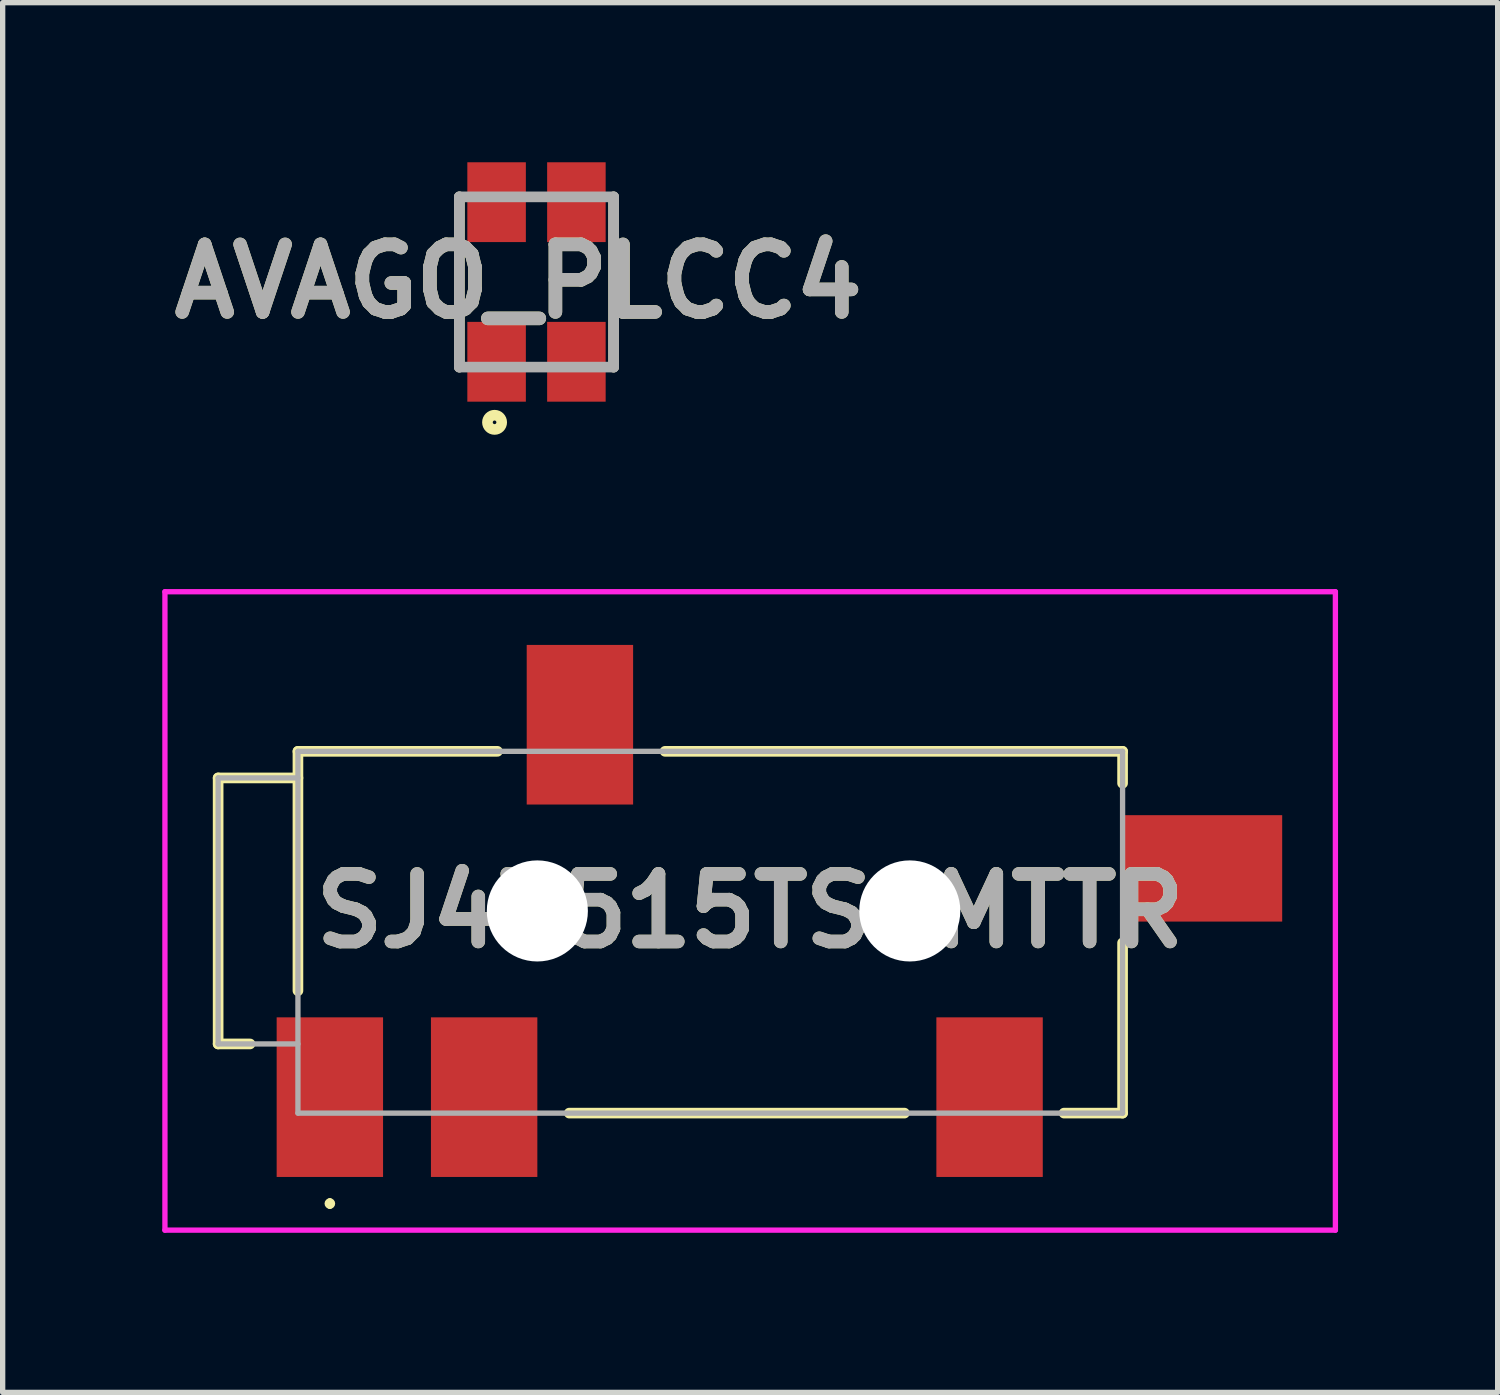
<source format=kicad_pcb>
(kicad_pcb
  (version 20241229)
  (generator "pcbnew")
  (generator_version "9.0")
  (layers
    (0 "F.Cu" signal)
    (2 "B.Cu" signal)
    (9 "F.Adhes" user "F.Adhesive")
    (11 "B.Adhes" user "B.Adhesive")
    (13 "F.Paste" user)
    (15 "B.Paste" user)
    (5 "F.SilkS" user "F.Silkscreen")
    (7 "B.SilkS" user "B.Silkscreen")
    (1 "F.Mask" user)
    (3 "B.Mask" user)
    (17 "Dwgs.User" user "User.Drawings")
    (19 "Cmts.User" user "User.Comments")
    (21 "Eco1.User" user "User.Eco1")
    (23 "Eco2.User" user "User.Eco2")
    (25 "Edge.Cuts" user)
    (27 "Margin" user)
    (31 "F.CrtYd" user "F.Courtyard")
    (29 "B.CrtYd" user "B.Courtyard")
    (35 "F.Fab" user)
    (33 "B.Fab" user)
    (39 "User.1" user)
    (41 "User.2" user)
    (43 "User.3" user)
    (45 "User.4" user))
  (footprint "SJ43515TSSMTTR"
    (layer "F.Cu")
    (at 11.05 14.072)
    (property "Reference" "SJ43515TSSMTTR" (at 0 0 0) (layer "F.SilkS") (effects (font (size 1.27 1.27) (thickness 0.254))))
    (attr through_hole)
    (fp_line (start -10 -2.5) (end -8.5 -2.5) (stroke (width 0.2) (type solid)) (layer "F.SilkS"))
    (fp_line (start -10 2.5) (end -10 -2.5) (stroke (width 0.2) (type solid)) (layer "F.SilkS"))
    (fp_line (start -9.4 2.5) (end -10 2.5) (stroke (width 0.2) (type solid)) (layer "F.SilkS"))
    (fp_line (start -8.5 -3) (end -4.75 -3) (stroke (width 0.2) (type solid)) (layer "F.SilkS"))
    (fp_line (start -8.5 1.5) (end -8.5 -3) (stroke (width 0.2) (type solid)) (layer "F.SilkS"))
    (fp_line (start -7.9 5.45) (end -7.9 5.45) (stroke (width 0.1) (type solid)) (layer "F.SilkS"))
    (fp_line (start -7.9 5.55) (end -7.9 5.55) (stroke (width 0.1) (type solid)) (layer "F.SilkS"))
    (fp_line (start -3.4 3.8) (end 2.9 3.8) (stroke (width 0.2) (type solid)) (layer "F.SilkS"))
    (fp_line (start -1.6 -3) (end 7 -3) (stroke (width 0.2) (type solid)) (layer "F.SilkS"))
    (fp_line (start 7 -3) (end 7 -2.4) (stroke (width 0.2) (type solid)) (layer "F.SilkS"))
    (fp_line (start 7 0.6) (end 7 3.8) (stroke (width 0.2) (type solid)) (layer "F.SilkS"))
    (fp_line (start 7 3.8) (end 5.9 3.8) (stroke (width 0.2) (type solid)) (layer "F.SilkS"))
    (fp_arc (start -7.9 5.45) (mid -7.85 5.5) (end -7.9 5.55) (stroke (width 0.1) (type solid)) (layer "F.SilkS"))
    (fp_arc (start -7.9 5.55) (mid -7.95 5.5) (end -7.9 5.45) (stroke (width 0.1) (type solid)) (layer "F.SilkS"))
    (fp_line (start -11 -6) (end 11 -6) (stroke (width 0.1) (type solid)) (layer "F.CrtYd"))
    (fp_line (start -11 6) (end -11 -6) (stroke (width 0.1) (type solid)) (layer "F.CrtYd"))
    (fp_line (start 11 -6) (end 11 6) (stroke (width 0.1) (type solid)) (layer "F.CrtYd"))
    (fp_line (start 11 6) (end -11 6) (stroke (width 0.1) (type solid)) (layer "F.CrtYd"))
    (fp_line (start -10 -2.5) (end -8.5 -2.5) (stroke (width 0.1) (type solid)) (layer "F.Fab"))
    (fp_line (start -10 2.5) (end -10 -2.5) (stroke (width 0.1) (type solid)) (layer "F.Fab"))
    (fp_line (start -8.5 -3) (end 7 -3) (stroke (width 0.1) (type solid)) (layer "F.Fab"))
    (fp_line (start -8.5 2.5) (end -10 2.5) (stroke (width 0.1) (type solid)) (layer "F.Fab"))
    (fp_line (start -8.5 3.8) (end -8.5 -3) (stroke (width 0.1) (type solid)) (layer "F.Fab"))
    (fp_line (start 7 -3) (end 7 3.8) (stroke (width 0.1) (type solid)) (layer "F.Fab"))
    (fp_line (start 7 3.8) (end -8.5 3.8) (stroke (width 0.1) (type solid)) (layer "F.Fab"))
    (fp_text user "${REFERENCE}" (at 0 0 0) (layer "F.Fab") (effects (font (size 1.27 1.27) (thickness 0.254))))
    (pad "" np_thru_hole circle (at -4 0) (size 1.9 1.9) (drill 1.9) (layers "*.Cu" "*.Mask"))
    (pad "" np_thru_hole circle (at 3 0) (size 1.9 1.9) (drill 1.9) (layers "*.Cu" "*.Mask"))
    (pad "1" smd rect (at -7.9 3.5) (size 2 3) (layers "F.Cu" "F.Mask" "F.Paste"))
    (pad "2" smd rect (at 4.5 3.5) (size 2 3) (layers "F.Cu" "F.Mask" "F.Paste"))
    (pad "3" smd rect (at -3.2 -3.5) (size 2 3) (layers "F.Cu" "F.Mask" "F.Paste"))
    (pad "4" smd rect (at -5 3.5) (size 2 3) (layers "F.Cu" "F.Mask" "F.Paste"))
    (pad "5" smd rect (at 8.5 -0.8 90) (size 2 3) (layers "F.Cu" "F.Mask" "F.Paste")))
  (footprint "AVAGO_PLCC4"
    (layer "F.Cu")
    (at 7.034 2.25)
    (property "Reference" "AVAGO_PLCC4" (at -0.34 -0.011 0) (layer "F.SilkS") (effects (font (size 1.27 1.27) (thickness 0.254))))
    (attr smd)
    (fp_line (start -1.45 -1.6) (end -1.45 1.6) (stroke (width 0.2) (type solid)) (layer "F.SilkS"))
    (fp_line (start 1.45 1.6) (end 1.45 -1.6) (stroke (width 0.2) (type solid)) (layer "F.SilkS"))
    (fp_circle (center -0.788 2.638) (end -0.788 2.672) (stroke (width 0.2) (type solid)) (fill no) (layer "F.SilkS"))
    (fp_line (start -1.45 -1.6) (end 1.45 -1.6) (stroke (width 0.2) (type solid)) (layer "F.Fab"))
    (fp_line (start -1.45 1.6) (end -1.45 -1.6) (stroke (width 0.2) (type solid)) (layer "F.Fab"))
    (fp_line (start 1.45 -1.6) (end 1.45 1.6) (stroke (width 0.2) (type solid)) (layer "F.Fab"))
    (fp_line (start 1.45 1.6) (end -1.45 1.6) (stroke (width 0.2) (type solid)) (layer "F.Fab"))
    (fp_text user "${REFERENCE}" (at -0.34 -0.011 0) (layer "F.Fab") (effects (font (size 1.27 1.27) (thickness 0.254))))
    (pad "1" smd rect (at -0.75 1.5) (size 1.1 1.5) (layers "F.Cu" "F.Mask" "F.Paste"))
    (pad "2" smd rect (at -0.75 -1.5) (size 1.1 1.5) (layers "F.Cu" "F.Mask" "F.Paste"))
    (pad "3" smd rect (at 0.75 -1.5) (size 1.1 1.5) (layers "F.Cu" "F.Mask" "F.Paste"))
    (pad "4" smd rect (at 0.75 1.5) (size 1.1 1.5) (layers "F.Cu" "F.Mask" "F.Paste")))
  (gr_rect
    (start -3 -3)
    (end 25.1 23.122)
    (stroke (width 0.1) (type default))
    (fill no)
    (layer "Edge.Cuts")))
</source>
